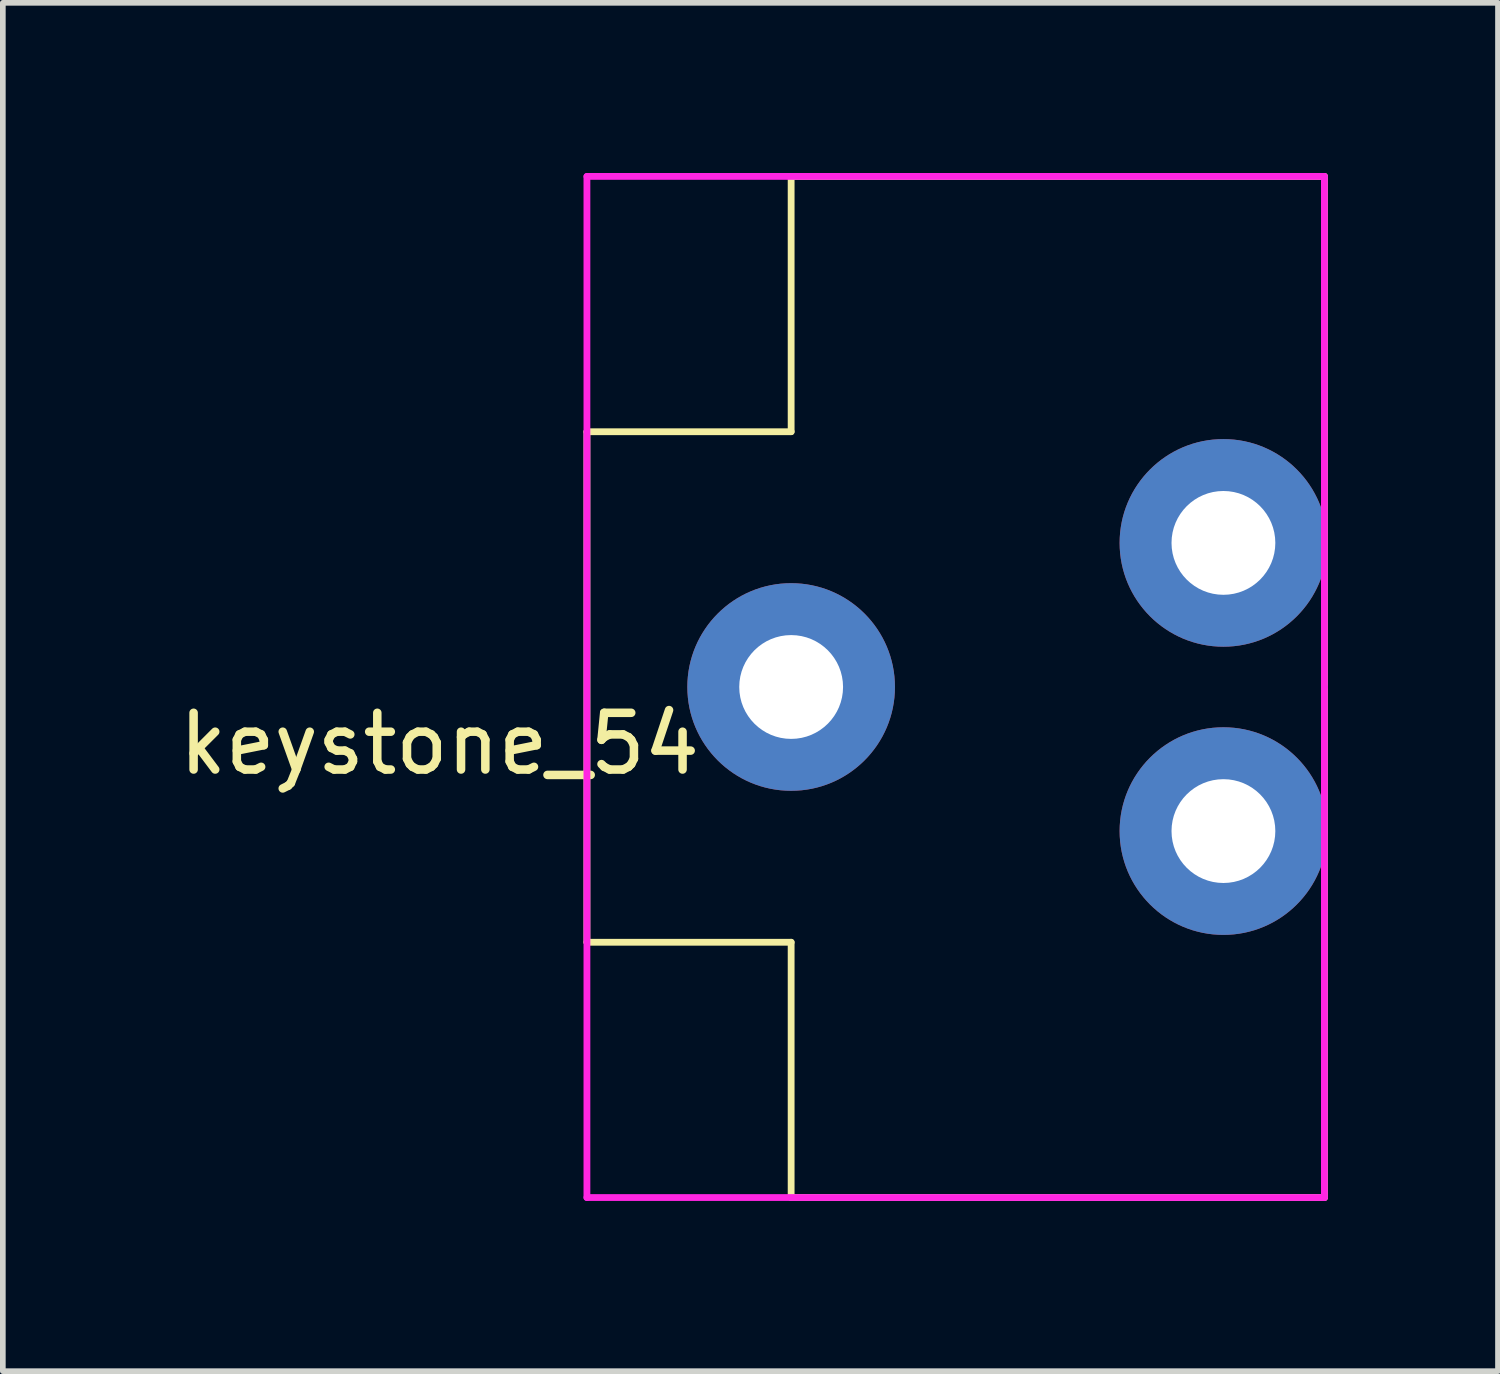
<source format=kicad_pcb>
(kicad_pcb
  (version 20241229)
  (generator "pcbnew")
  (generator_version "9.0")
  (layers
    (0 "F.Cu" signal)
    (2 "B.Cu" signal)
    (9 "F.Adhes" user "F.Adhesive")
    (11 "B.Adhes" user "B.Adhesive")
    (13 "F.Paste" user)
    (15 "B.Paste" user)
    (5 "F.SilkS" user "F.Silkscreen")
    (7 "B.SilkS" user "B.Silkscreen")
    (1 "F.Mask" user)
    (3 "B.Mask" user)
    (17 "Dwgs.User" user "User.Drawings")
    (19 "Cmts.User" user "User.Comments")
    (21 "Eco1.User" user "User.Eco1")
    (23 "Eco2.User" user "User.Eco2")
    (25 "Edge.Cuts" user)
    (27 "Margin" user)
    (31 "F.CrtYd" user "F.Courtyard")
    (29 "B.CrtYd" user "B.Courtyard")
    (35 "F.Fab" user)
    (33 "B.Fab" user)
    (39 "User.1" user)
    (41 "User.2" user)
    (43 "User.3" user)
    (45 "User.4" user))
  (footprint "keystone_54"
    (layer "F.Cu")
    (at 10.896 9.06)
    (property "Reference" "keystone_54" (at -6.2 1 0) (layer "F.SilkS") (effects (font (size 1 1) (thickness 0.15))))
    (attr through_hole)
    (fp_line (start -3.6 -4.5) (end -3.6 4.5) (stroke (width 0.12) (type solid)) (layer "F.SilkS"))
    (fp_line (start 0 -9) (end 0 -4.5) (stroke (width 0.12) (type solid)) (layer "F.SilkS"))
    (fp_line (start 0 -4.5) (end -3.6 -4.5) (stroke (width 0.12) (type solid)) (layer "F.SilkS"))
    (fp_line (start 0 4.5) (end -3.6 4.5) (stroke (width 0.12) (type solid)) (layer "F.SilkS"))
    (fp_line (start 0 9) (end 0 4.5) (stroke (width 0.12) (type solid)) (layer "F.SilkS"))
    (fp_line (start 9.4 -9) (end 0 -9) (stroke (width 0.12) (type solid)) (layer "F.SilkS"))
    (fp_line (start 9.4 -9) (end 9.4 9) (stroke (width 0.12) (type solid)) (layer "F.SilkS"))
    (fp_line (start 9.4 9) (end 0 9) (stroke (width 0.12) (type solid)) (layer "F.SilkS"))
    (fp_line (start -3.6 -9) (end -3.6 9) (stroke (width 0.12) (type solid)) (layer "F.CrtYd"))
    (fp_line (start -3.6 9) (end 9.4 9) (stroke (width 0.12) (type solid)) (layer "F.CrtYd"))
    (fp_line (start 9.4 -9) (end -3.6 -9) (stroke (width 0.12) (type solid)) (layer "F.CrtYd"))
    (fp_line (start 9.4 0) (end 9.4 -9) (stroke (width 0.12) (type solid)) (layer "F.CrtYd"))
    (fp_line (start 9.4 9) (end 9.4 0) (stroke (width 0.12) (type solid)) (layer "F.CrtYd"))
    (pad "1" thru_hole circle (at 0 0) (size 3.66 3.66) (drill 1.83) (layers "*.Cu" "*.Mask"))
    (pad "2" thru_hole circle (at 7.62 -2.54) (size 3.66 3.66) (drill 1.83) (layers "*.Cu" "*.Mask"))
    (pad "3" thru_hole circle (at 7.62 2.54) (size 3.66 3.66) (drill 1.83) (layers "*.Cu" "*.Mask")))
  (gr_rect
    (start -3 -3)
    (end 23.356 21.12)
    (stroke (width 0.1) (type default))
    (fill no)
    (layer "Edge.Cuts")))
</source>
